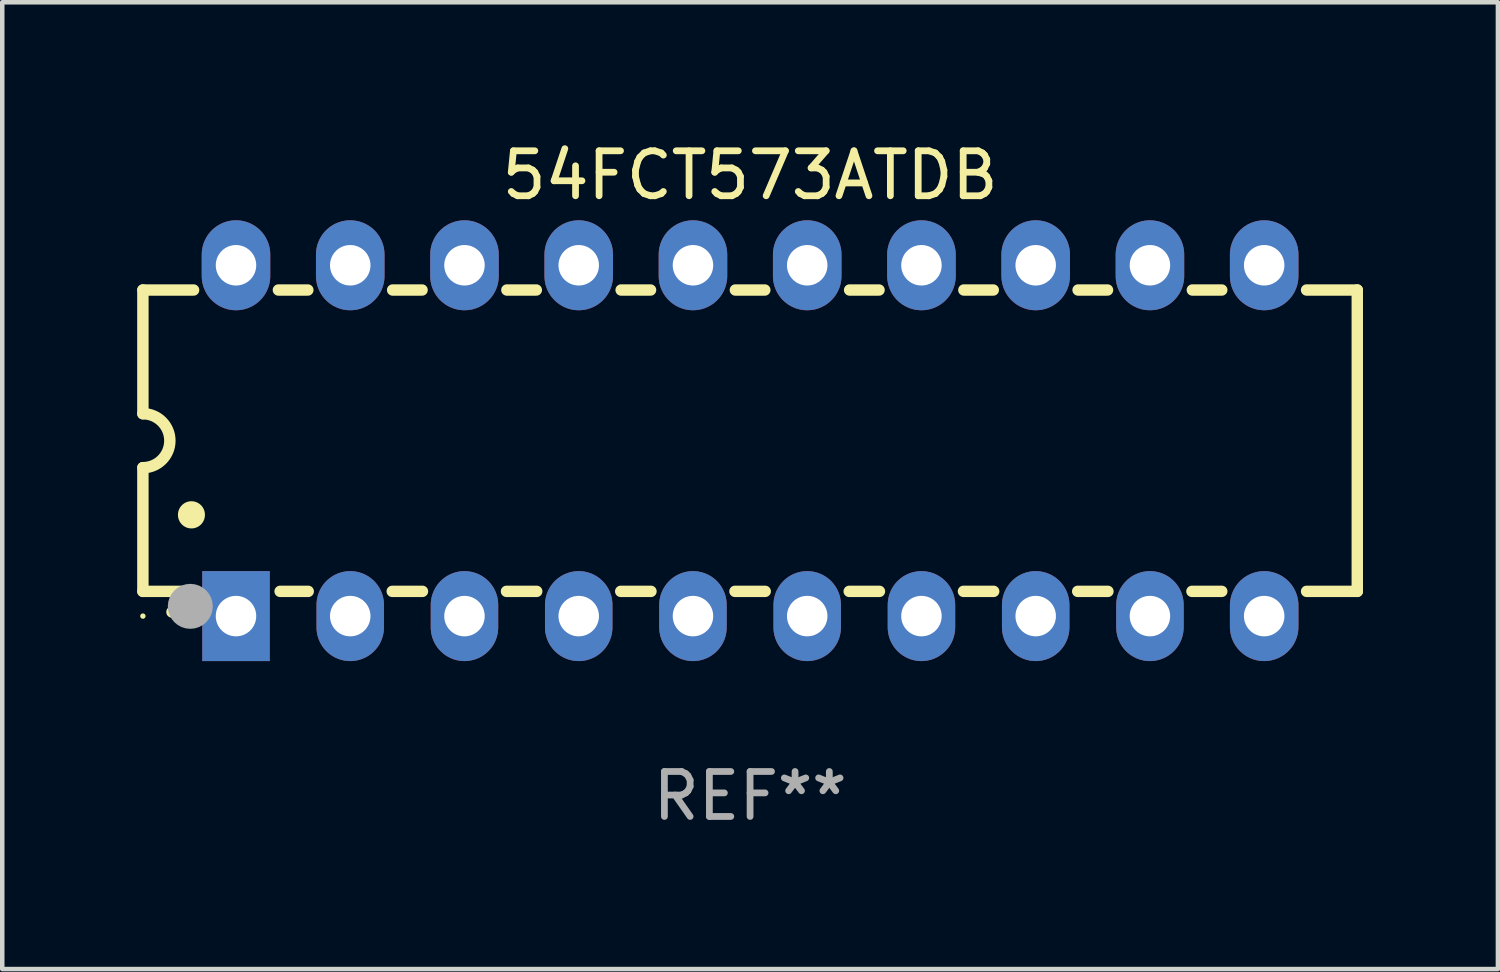
<source format=kicad_pcb>
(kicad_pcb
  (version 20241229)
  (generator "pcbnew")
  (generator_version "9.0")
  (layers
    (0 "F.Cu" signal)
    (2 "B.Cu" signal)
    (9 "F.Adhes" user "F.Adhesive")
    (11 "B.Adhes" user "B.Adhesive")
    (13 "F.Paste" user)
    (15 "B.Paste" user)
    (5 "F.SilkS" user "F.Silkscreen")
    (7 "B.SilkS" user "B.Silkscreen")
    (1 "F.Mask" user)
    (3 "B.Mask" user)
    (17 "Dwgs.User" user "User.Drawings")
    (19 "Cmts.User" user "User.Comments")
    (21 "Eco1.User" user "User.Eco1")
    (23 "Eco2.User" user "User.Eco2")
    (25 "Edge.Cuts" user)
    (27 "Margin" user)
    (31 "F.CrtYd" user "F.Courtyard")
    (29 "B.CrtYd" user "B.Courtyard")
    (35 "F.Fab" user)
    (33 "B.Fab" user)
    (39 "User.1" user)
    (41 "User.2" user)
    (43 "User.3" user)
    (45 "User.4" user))
  (footprint "54FCT573ATDB"
    (layer "F.Cu")
    (at 13.627 6.748)
    (property "Reference" "54FCT573ATDB" (at 0 -5.9 0) (layer "F.SilkS") (effects (font (size 1 1) (thickness 0.15))))
    (attr through_hole)
    (fp_line (start -13.5 -3.35) (end -12.373 -3.35) (stroke (width 0.254) (type solid)) (layer "F.SilkS"))
    (fp_line (start -13.5 -0.6) (end -13.5 -3.35) (stroke (width 0.254) (type solid)) (layer "F.SilkS"))
    (fp_line (start -13.5 3.35) (end -13.5 0.6) (stroke (width 0.254) (type solid)) (layer "F.SilkS"))
    (fp_line (start -13.5 3.35) (end -12.411 3.35) (stroke (width 0.254) (type solid)) (layer "F.SilkS"))
    (fp_line (start -10.487 -3.35) (end -9.833 -3.35) (stroke (width 0.254) (type solid)) (layer "F.SilkS"))
    (fp_line (start -10.449 3.35) (end -9.824 3.35) (stroke (width 0.254) (type solid)) (layer "F.SilkS"))
    (fp_line (start -7.956 3.35) (end -7.284 3.35) (stroke (width 0.254) (type solid)) (layer "F.SilkS"))
    (fp_line (start -7.947 -3.35) (end -7.293 -3.35) (stroke (width 0.254) (type solid)) (layer "F.SilkS"))
    (fp_line (start -5.416 3.35) (end -4.744 3.35) (stroke (width 0.254) (type solid)) (layer "F.SilkS"))
    (fp_line (start -5.407 -3.35) (end -4.753 -3.35) (stroke (width 0.254) (type solid)) (layer "F.SilkS"))
    (fp_line (start -2.876 3.35) (end -2.204 3.35) (stroke (width 0.254) (type solid)) (layer "F.SilkS"))
    (fp_line (start -2.867 -3.35) (end -2.213 -3.35) (stroke (width 0.254) (type solid)) (layer "F.SilkS"))
    (fp_line (start -0.336 3.35) (end 0.336 3.35) (stroke (width 0.254) (type solid)) (layer "F.SilkS"))
    (fp_line (start -0.327 -3.35) (end 0.327 -3.35) (stroke (width 0.254) (type solid)) (layer "F.SilkS"))
    (fp_line (start 2.204 3.35) (end 2.876 3.35) (stroke (width 0.254) (type solid)) (layer "F.SilkS"))
    (fp_line (start 2.213 -3.35) (end 2.867 -3.35) (stroke (width 0.254) (type solid)) (layer "F.SilkS"))
    (fp_line (start 4.744 3.35) (end 5.416 3.35) (stroke (width 0.254) (type solid)) (layer "F.SilkS"))
    (fp_line (start 4.753 -3.35) (end 5.407 -3.35) (stroke (width 0.254) (type solid)) (layer "F.SilkS"))
    (fp_line (start 7.284 3.35) (end 7.956 3.35) (stroke (width 0.254) (type solid)) (layer "F.SilkS"))
    (fp_line (start 7.293 -3.35) (end 7.947 -3.35) (stroke (width 0.254) (type solid)) (layer "F.SilkS"))
    (fp_line (start 9.824 3.35) (end 10.487 3.35) (stroke (width 0.254) (type solid)) (layer "F.SilkS"))
    (fp_line (start 9.833 -3.35) (end 10.487 -3.35) (stroke (width 0.254) (type solid)) (layer "F.SilkS"))
    (fp_line (start 12.373 -3.35) (end 13.5 -3.35) (stroke (width 0.254) (type solid)) (layer "F.SilkS"))
    (fp_line (start 12.373 3.35) (end 13.5 3.35) (stroke (width 0.254) (type solid)) (layer "F.SilkS"))
    (fp_line (start 13.5 -3.35) (end 13.5 3.35) (stroke (width 0.254) (type solid)) (layer "F.SilkS"))
    (fp_arc (start -13.500127 -0.599442) (mid -12.900406 0.000228) (end -13.500025 0.6) (stroke (width 0.254001) (type solid)) (layer "F.SilkS"))
    (fp_arc (start -12.854966 3.810008) (mid -12.854973 3.808738) (end -12.854966 3.807468) (stroke (width 0.25) (type solid)) (layer "F.SilkS"))
    (fp_arc (start -12.420625 1.651003) (mid -12.420636 1.648463) (end -12.420625 1.645923) (stroke (width 0.6) (type solid)) (layer "F.SilkS"))
    (fp_circle (center -13.5 3.9) (end -13.47 3.9) (stroke (width 0.06) (type solid)) (fill no) (layer "F.SilkS"))
    (fp_circle (center -12.446 3.683) (end -12.196 3.683) (stroke (width 0.5) (type solid)) (fill no) (layer "F.Fab"))
    (fp_text user "REF**" (at 0 7.9 0) (layer "F.Fab") (effects (font (size 1 1) (thickness 0.15))))
    (pad "1" thru_hole rect (at -11.43 3.9 90) (size 2 1.5) (drill 0.9) (layers "*.Cu" "*.Mask"))
    (pad "2" thru_hole oval (at -8.89 3.9 90) (size 2 1.5) (drill 0.9) (layers "*.Cu" "*.Mask"))
    (pad "3" thru_hole oval (at -6.35 3.9 90) (size 2 1.5) (drill 0.9) (layers "*.Cu" "*.Mask"))
    (pad "4" thru_hole oval (at -3.81 3.9 90) (size 2 1.5) (drill 0.9) (layers "*.Cu" "*.Mask"))
    (pad "5" thru_hole oval (at -1.27 3.9 90) (size 2 1.5) (drill 0.9) (layers "*.Cu" "*.Mask"))
    (pad "6" thru_hole oval (at 1.27 3.9 90) (size 2 1.5) (drill 0.9) (layers "*.Cu" "*.Mask"))
    (pad "7" thru_hole oval (at 3.81 3.9 90) (size 2 1.5) (drill 0.9) (layers "*.Cu" "*.Mask"))
    (pad "8" thru_hole oval (at 6.35 3.9 90) (size 2 1.5) (drill 0.9) (layers "*.Cu" "*.Mask"))
    (pad "9" thru_hole oval (at 8.89 3.9 90) (size 2 1.5) (drill 0.9) (layers "*.Cu" "*.Mask"))
    (pad "10" thru_hole oval (at 11.43 3.9 90) (size 2 1.524) (drill 0.9) (layers "*.Cu" "*.Mask"))
    (pad "11" thru_hole oval (at 11.43 -3.9 90) (size 2 1.524) (drill 0.9) (layers "*.Cu" "*.Mask"))
    (pad "12" thru_hole oval (at 8.89 -3.9 90) (size 2 1.524) (drill 0.9) (layers "*.Cu" "*.Mask"))
    (pad "13" thru_hole oval (at 6.35 -3.9 90) (size 2 1.524) (drill 0.9) (layers "*.Cu" "*.Mask"))
    (pad "14" thru_hole oval (at 3.81 -3.9 90) (size 2 1.524) (drill 0.9) (layers "*.Cu" "*.Mask"))
    (pad "15" thru_hole oval (at 1.27 -3.9 90) (size 2 1.524) (drill 0.9) (layers "*.Cu" "*.Mask"))
    (pad "16" thru_hole oval (at -1.27 -3.9 90) (size 2 1.524) (drill 0.9) (layers "*.Cu" "*.Mask"))
    (pad "17" thru_hole oval (at -3.81 -3.9 90) (size 2 1.524) (drill 0.9) (layers "*.Cu" "*.Mask"))
    (pad "18" thru_hole oval (at -6.35 -3.9 90) (size 2 1.524) (drill 0.9) (layers "*.Cu" "*.Mask"))
    (pad "19" thru_hole oval (at -8.89 -3.9 90) (size 2 1.524) (drill 0.9) (layers "*.Cu" "*.Mask"))
    (pad "20" thru_hole oval (at -11.43 -3.9 90) (size 2 1.524) (drill 0.9) (layers "*.Cu" "*.Mask")))
  (gr_rect
    (start -3 -3)
    (end 30.254 18.496)
    (stroke (width 0.1) (type default))
    (fill no)
    (layer "Edge.Cuts")))
</source>
